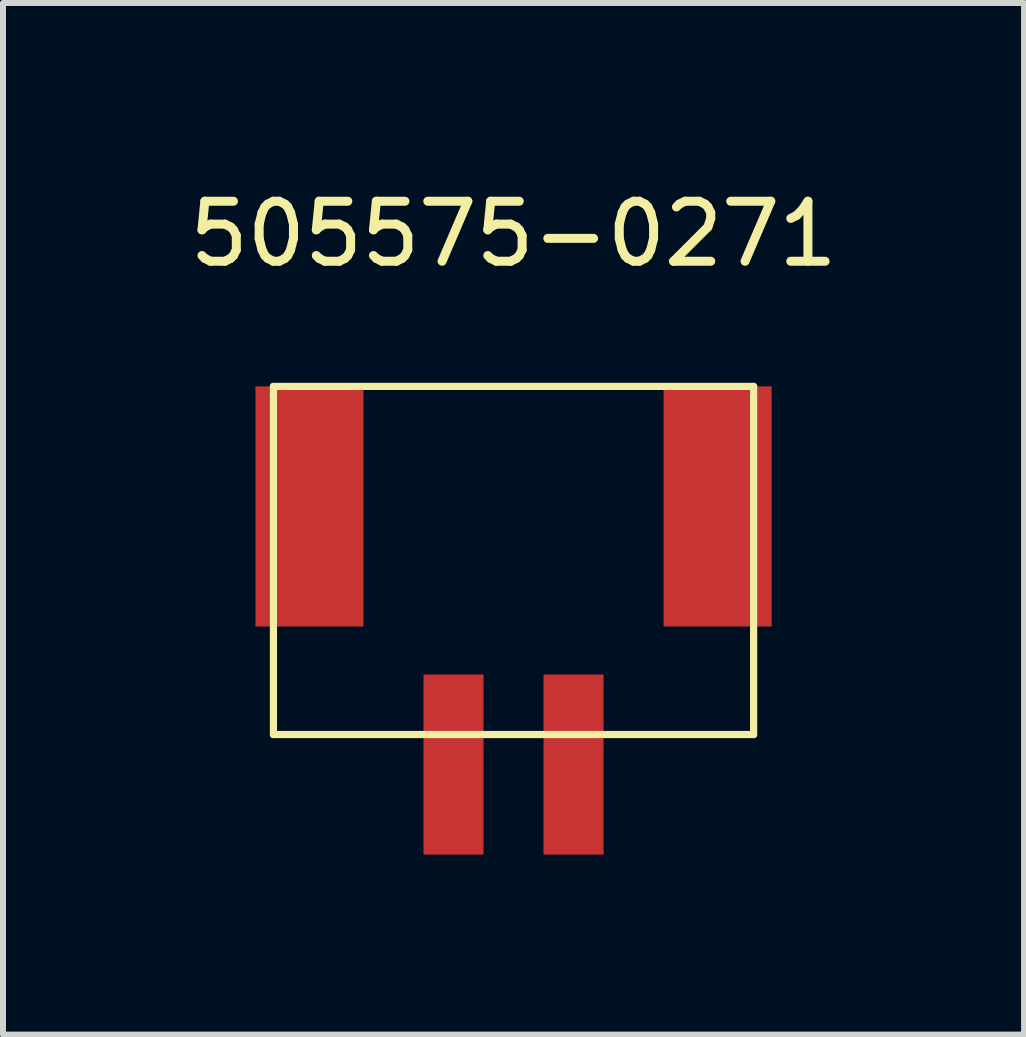
<source format=kicad_pcb>
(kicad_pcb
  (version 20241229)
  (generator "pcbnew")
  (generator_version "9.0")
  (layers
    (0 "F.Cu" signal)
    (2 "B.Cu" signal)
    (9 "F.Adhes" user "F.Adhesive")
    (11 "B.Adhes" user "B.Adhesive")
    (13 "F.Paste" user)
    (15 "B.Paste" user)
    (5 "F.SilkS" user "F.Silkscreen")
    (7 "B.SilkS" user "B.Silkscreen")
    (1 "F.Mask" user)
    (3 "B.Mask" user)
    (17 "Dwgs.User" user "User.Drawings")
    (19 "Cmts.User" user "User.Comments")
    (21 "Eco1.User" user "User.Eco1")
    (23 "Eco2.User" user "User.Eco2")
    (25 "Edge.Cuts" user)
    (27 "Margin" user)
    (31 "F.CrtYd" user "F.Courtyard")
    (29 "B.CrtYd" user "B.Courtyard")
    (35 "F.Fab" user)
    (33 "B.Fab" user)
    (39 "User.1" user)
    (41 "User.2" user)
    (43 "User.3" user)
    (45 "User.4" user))
  (footprint "505575-0271"
    (layer "F.Cu")
    (at 5.506 3.388)
    (property "Reference" "505575-0271" (at 0 -2.54 0) (layer "F.SilkS") (effects (font (size 1 1) (thickness 0.15))))
    (attr through_hole)
    (fp_line (start -4 0) (end -4 5.8) (stroke (width 0.12) (type solid)) (layer "F.SilkS"))
    (fp_line (start -4 0) (end 4 0) (stroke (width 0.12) (type solid)) (layer "F.SilkS"))
    (fp_line (start -4 5.8) (end 4 5.8) (stroke (width 0.12) (type solid)) (layer "F.SilkS"))
    (fp_line (start 4 0) (end 4 5.8) (stroke (width 0.12) (type solid)) (layer "F.SilkS"))
    (pad "1" smd rect (at -1 6.3) (size 1 3) (layers "F.Cu" "F.Mask" "F.Paste"))
    (pad "2" smd rect (at 1 6.3) (size 1 3) (layers "F.Cu" "F.Mask" "F.Paste"))
    (pad "3" smd rect (at -3.4 2) (size 1.8 4) (layers "F.Cu" "F.Mask" "F.Paste"))
    (pad "4" smd rect (at 3.4 2) (size 1.8 4) (layers "F.Cu" "F.Mask" "F.Paste")))
  (gr_rect
    (start -3 -3)
    (end 14.012 14.188)
    (stroke (width 0.1) (type default))
    (fill no)
    (layer "Edge.Cuts")))
</source>
